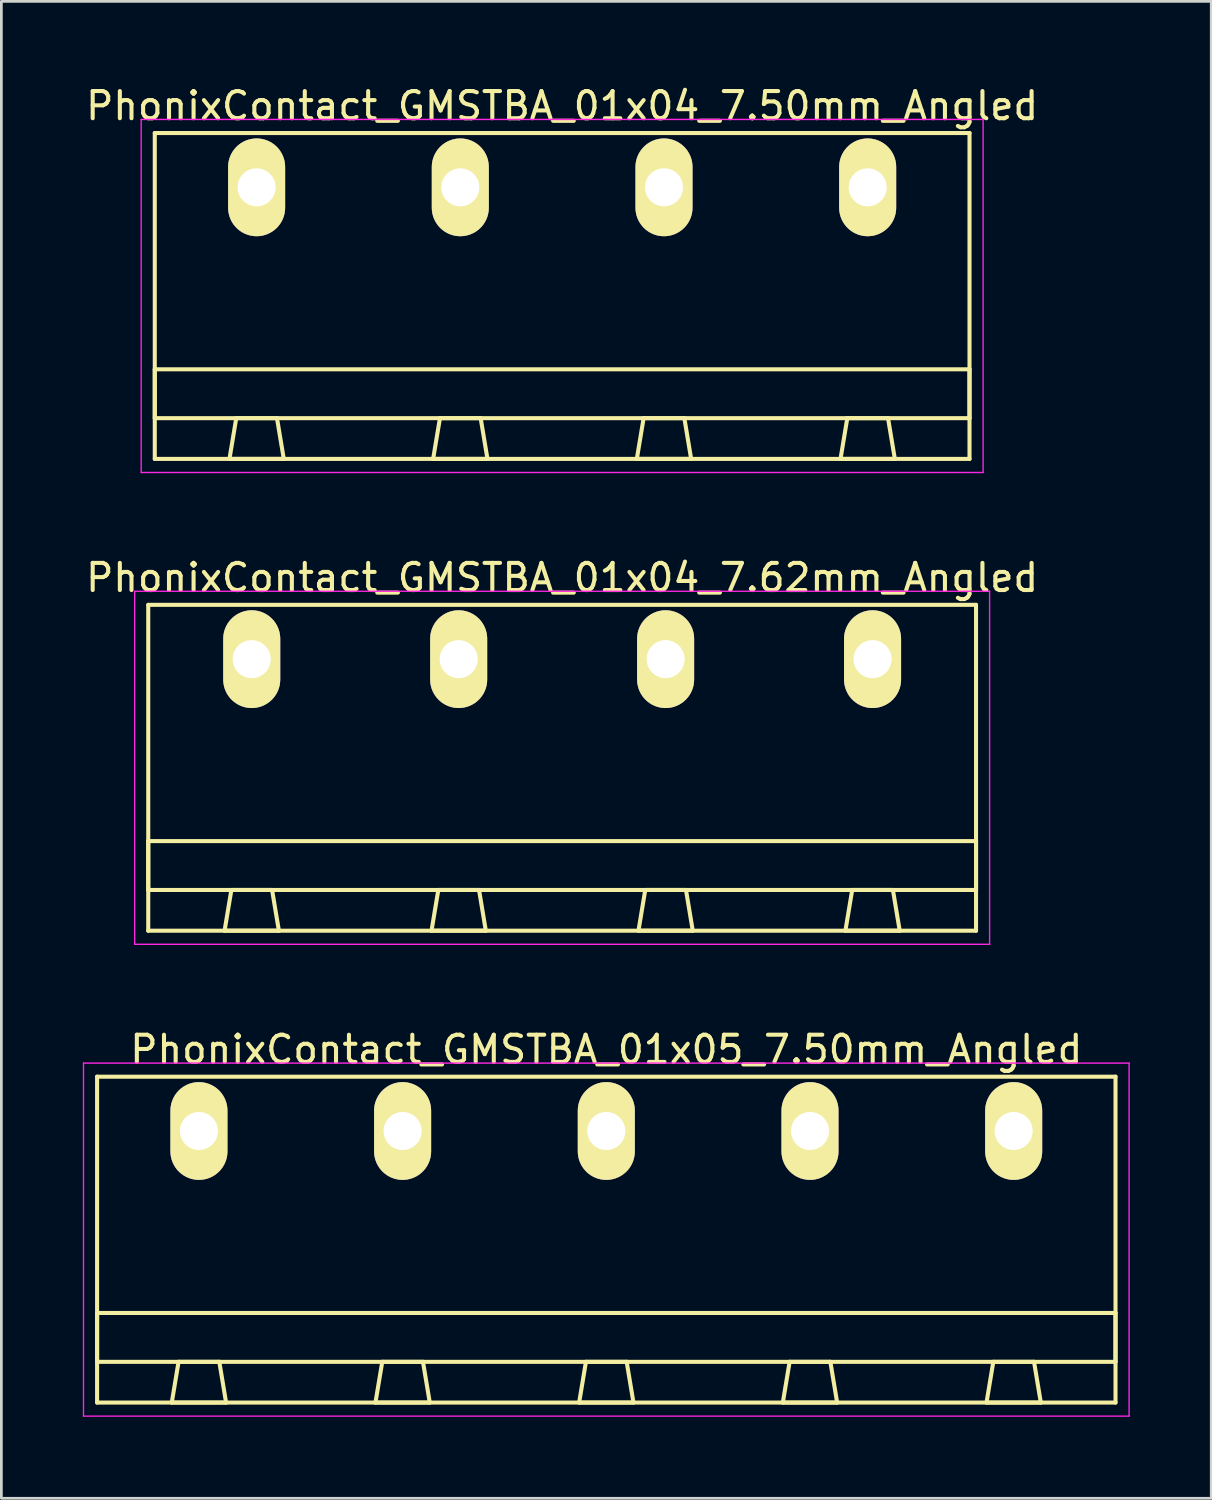
<source format=kicad_pcb>
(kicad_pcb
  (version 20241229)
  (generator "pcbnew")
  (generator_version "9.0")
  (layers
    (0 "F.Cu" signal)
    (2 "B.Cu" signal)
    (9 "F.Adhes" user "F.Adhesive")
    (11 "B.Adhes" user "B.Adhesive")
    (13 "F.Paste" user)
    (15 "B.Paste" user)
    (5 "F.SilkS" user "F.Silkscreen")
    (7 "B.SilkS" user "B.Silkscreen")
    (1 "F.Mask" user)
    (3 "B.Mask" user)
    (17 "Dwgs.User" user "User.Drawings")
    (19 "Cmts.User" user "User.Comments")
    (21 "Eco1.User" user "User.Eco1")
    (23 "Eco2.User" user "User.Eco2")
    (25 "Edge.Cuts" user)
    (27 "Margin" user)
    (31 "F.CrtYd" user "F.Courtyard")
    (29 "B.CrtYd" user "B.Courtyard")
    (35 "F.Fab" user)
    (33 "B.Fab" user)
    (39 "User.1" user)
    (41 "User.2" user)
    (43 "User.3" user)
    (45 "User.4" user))
  (footprint "PhonixContact_GMSTBA_01x05_7.50mm_Angled"
    (layer "F.Cu")
    (at 4.275 38.595)
    (property "Reference" "PhonixContact_GMSTBA_01x05_7.50mm_Angled" (at 15 -3 0) (layer "F.SilkS") (effects (font (size 1 1) (thickness 0.15))))
    (attr through_hole)
    (fp_line (start -3.75 -2) (end -3.75 10) (stroke (width 0.15) (type solid)) (layer "F.SilkS"))
    (fp_line (start -3.75 6.7) (end 33.75 6.7) (stroke (width 0.15) (type solid)) (layer "F.SilkS"))
    (fp_line (start -3.75 8.5) (end -3.75 6.7) (stroke (width 0.15) (type solid)) (layer "F.SilkS"))
    (fp_line (start -3.75 10) (end 33.75 10) (stroke (width 0.15) (type solid)) (layer "F.SilkS"))
    (fp_line (start -1 10) (end 1 10) (stroke (width 0.15) (type solid)) (layer "F.SilkS"))
    (fp_line (start -0.75 8.5) (end -1 10) (stroke (width 0.15) (type solid)) (layer "F.SilkS"))
    (fp_line (start 0.75 8.5) (end -0.75 8.5) (stroke (width 0.15) (type solid)) (layer "F.SilkS"))
    (fp_line (start 1 10) (end 0.75 8.5) (stroke (width 0.15) (type solid)) (layer "F.SilkS"))
    (fp_line (start 6.5 10) (end 8.5 10) (stroke (width 0.15) (type solid)) (layer "F.SilkS"))
    (fp_line (start 6.75 8.5) (end 6.5 10) (stroke (width 0.15) (type solid)) (layer "F.SilkS"))
    (fp_line (start 8.25 8.5) (end 6.75 8.5) (stroke (width 0.15) (type solid)) (layer "F.SilkS"))
    (fp_line (start 8.5 10) (end 8.25 8.5) (stroke (width 0.15) (type solid)) (layer "F.SilkS"))
    (fp_line (start 14 10) (end 16 10) (stroke (width 0.15) (type solid)) (layer "F.SilkS"))
    (fp_line (start 14.25 8.5) (end 14 10) (stroke (width 0.15) (type solid)) (layer "F.SilkS"))
    (fp_line (start 15.75 8.5) (end 14.25 8.5) (stroke (width 0.15) (type solid)) (layer "F.SilkS"))
    (fp_line (start 16 10) (end 15.75 8.5) (stroke (width 0.15) (type solid)) (layer "F.SilkS"))
    (fp_line (start 21.5 10) (end 23.5 10) (stroke (width 0.15) (type solid)) (layer "F.SilkS"))
    (fp_line (start 21.75 8.5) (end 21.5 10) (stroke (width 0.15) (type solid)) (layer "F.SilkS"))
    (fp_line (start 23.25 8.5) (end 21.75 8.5) (stroke (width 0.15) (type solid)) (layer "F.SilkS"))
    (fp_line (start 23.5 10) (end 23.25 8.5) (stroke (width 0.15) (type solid)) (layer "F.SilkS"))
    (fp_line (start 29 10) (end 31 10) (stroke (width 0.15) (type solid)) (layer "F.SilkS"))
    (fp_line (start 29.25 8.5) (end 29 10) (stroke (width 0.15) (type solid)) (layer "F.SilkS"))
    (fp_line (start 30.75 8.5) (end 29.25 8.5) (stroke (width 0.15) (type solid)) (layer "F.SilkS"))
    (fp_line (start 31 10) (end 30.75 8.5) (stroke (width 0.15) (type solid)) (layer "F.SilkS"))
    (fp_line (start 33.75 -2) (end -3.75 -2) (stroke (width 0.15) (type solid)) (layer "F.SilkS"))
    (fp_line (start 33.75 6.7) (end 33.75 8.5) (stroke (width 0.15) (type solid)) (layer "F.SilkS"))
    (fp_line (start 33.75 8.5) (end -3.75 8.5) (stroke (width 0.15) (type solid)) (layer "F.SilkS"))
    (fp_line (start 33.75 10) (end 33.75 -2) (stroke (width 0.15) (type solid)) (layer "F.SilkS"))
    (fp_line (start -4.25 -2.5) (end -4.25 10.5) (stroke (width 0.05) (type solid)) (layer "F.CrtYd"))
    (fp_line (start -4.25 10.5) (end 34.25 10.5) (stroke (width 0.05) (type solid)) (layer "F.CrtYd"))
    (fp_line (start 34.25 -2.5) (end -4.25 -2.5) (stroke (width 0.05) (type solid)) (layer "F.CrtYd"))
    (fp_line (start 34.25 10.5) (end 34.25 -2.5) (stroke (width 0.05) (type solid)) (layer "F.CrtYd"))
    (pad "1" thru_hole oval (at 0 0) (size 2.1 3.6) (drill 1.4) (layers "*.Cu" "*.Mask" "F.SilkS"))
    (pad "2" thru_hole oval (at 7.5 0) (size 2.1 3.6) (drill 1.4) (layers "*.Cu" "*.Mask" "F.SilkS"))
    (pad "3" thru_hole oval (at 15 0) (size 2.1 3.6) (drill 1.4) (layers "*.Cu" "*.Mask" "F.SilkS"))
    (pad "4" thru_hole oval (at 22.5 0) (size 2.1 3.6) (drill 1.4) (layers "*.Cu" "*.Mask" "F.SilkS"))
    (pad "5" thru_hole oval (at 30 0) (size 2.1 3.6) (drill 1.4) (layers "*.Cu" "*.Mask" "F.SilkS")))
  (footprint "PhonixContact_GMSTBA_01x04_7.62mm_Angled"
    (layer "F.Cu")
    (at 6.219 21.221)
    (property "Reference" "PhonixContact_GMSTBA_01x04_7.62mm_Angled" (at 11.43 -3 0) (layer "F.SilkS") (effects (font (size 1 1) (thickness 0.15))))
    (attr through_hole)
    (fp_line (start -3.81 -2) (end -3.81 10) (stroke (width 0.15) (type solid)) (layer "F.SilkS"))
    (fp_line (start -3.81 6.7) (end 26.67 6.7) (stroke (width 0.15) (type solid)) (layer "F.SilkS"))
    (fp_line (start -3.81 8.5) (end -3.81 6.7) (stroke (width 0.15) (type solid)) (layer "F.SilkS"))
    (fp_line (start -3.81 10) (end 26.67 10) (stroke (width 0.15) (type solid)) (layer "F.SilkS"))
    (fp_line (start -1 10) (end 1 10) (stroke (width 0.15) (type solid)) (layer "F.SilkS"))
    (fp_line (start -0.75 8.5) (end -1 10) (stroke (width 0.15) (type solid)) (layer "F.SilkS"))
    (fp_line (start 0.75 8.5) (end -0.75 8.5) (stroke (width 0.15) (type solid)) (layer "F.SilkS"))
    (fp_line (start 1 10) (end 0.75 8.5) (stroke (width 0.15) (type solid)) (layer "F.SilkS"))
    (fp_line (start 6.62 10) (end 8.62 10) (stroke (width 0.15) (type solid)) (layer "F.SilkS"))
    (fp_line (start 6.87 8.5) (end 6.62 10) (stroke (width 0.15) (type solid)) (layer "F.SilkS"))
    (fp_line (start 8.37 8.5) (end 6.87 8.5) (stroke (width 0.15) (type solid)) (layer "F.SilkS"))
    (fp_line (start 8.62 10) (end 8.37 8.5) (stroke (width 0.15) (type solid)) (layer "F.SilkS"))
    (fp_line (start 14.24 10) (end 16.24 10) (stroke (width 0.15) (type solid)) (layer "F.SilkS"))
    (fp_line (start 14.49 8.5) (end 14.24 10) (stroke (width 0.15) (type solid)) (layer "F.SilkS"))
    (fp_line (start 15.99 8.5) (end 14.49 8.5) (stroke (width 0.15) (type solid)) (layer "F.SilkS"))
    (fp_line (start 16.24 10) (end 15.99 8.5) (stroke (width 0.15) (type solid)) (layer "F.SilkS"))
    (fp_line (start 21.86 10) (end 23.86 10) (stroke (width 0.15) (type solid)) (layer "F.SilkS"))
    (fp_line (start 22.11 8.5) (end 21.86 10) (stroke (width 0.15) (type solid)) (layer "F.SilkS"))
    (fp_line (start 23.61 8.5) (end 22.11 8.5) (stroke (width 0.15) (type solid)) (layer "F.SilkS"))
    (fp_line (start 23.86 10) (end 23.61 8.5) (stroke (width 0.15) (type solid)) (layer "F.SilkS"))
    (fp_line (start 26.67 -2) (end -3.81 -2) (stroke (width 0.15) (type solid)) (layer "F.SilkS"))
    (fp_line (start 26.67 6.7) (end 26.67 8.5) (stroke (width 0.15) (type solid)) (layer "F.SilkS"))
    (fp_line (start 26.67 8.5) (end -3.81 8.5) (stroke (width 0.15) (type solid)) (layer "F.SilkS"))
    (fp_line (start 26.67 10) (end 26.67 -2) (stroke (width 0.15) (type solid)) (layer "F.SilkS"))
    (fp_line (start -4.31 -2.5) (end -4.31 10.5) (stroke (width 0.05) (type solid)) (layer "F.CrtYd"))
    (fp_line (start -4.31 10.5) (end 27.17 10.5) (stroke (width 0.05) (type solid)) (layer "F.CrtYd"))
    (fp_line (start 27.17 -2.5) (end -4.31 -2.5) (stroke (width 0.05) (type solid)) (layer "F.CrtYd"))
    (fp_line (start 27.17 10.5) (end 27.17 -2.5) (stroke (width 0.05) (type solid)) (layer "F.CrtYd"))
    (pad "1" thru_hole oval (at 0 0) (size 2.1 3.6) (drill 1.4) (layers "*.Cu" "*.Mask" "F.SilkS"))
    (pad "2" thru_hole oval (at 7.62 0) (size 2.1 3.6) (drill 1.4) (layers "*.Cu" "*.Mask" "F.SilkS"))
    (pad "3" thru_hole oval (at 15.24 0) (size 2.1 3.6) (drill 1.4) (layers "*.Cu" "*.Mask" "F.SilkS"))
    (pad "4" thru_hole oval (at 22.86 0) (size 2.1 3.6) (drill 1.4) (layers "*.Cu" "*.Mask" "F.SilkS")))
  (footprint "PhonixContact_GMSTBA_01x04_7.50mm_Angled"
    (layer "F.Cu")
    (at 6.399 3.848)
    (property "Reference" "PhonixContact_GMSTBA_01x04_7.50mm_Angled" (at 11.25 -3 0) (layer "F.SilkS") (effects (font (size 1 1) (thickness 0.15))))
    (attr through_hole)
    (fp_line (start -3.75 -2) (end -3.75 10) (stroke (width 0.15) (type solid)) (layer "F.SilkS"))
    (fp_line (start -3.75 6.7) (end 26.25 6.7) (stroke (width 0.15) (type solid)) (layer "F.SilkS"))
    (fp_line (start -3.75 8.5) (end -3.75 6.7) (stroke (width 0.15) (type solid)) (layer "F.SilkS"))
    (fp_line (start -3.75 10) (end 26.25 10) (stroke (width 0.15) (type solid)) (layer "F.SilkS"))
    (fp_line (start -1 10) (end 1 10) (stroke (width 0.15) (type solid)) (layer "F.SilkS"))
    (fp_line (start -0.75 8.5) (end -1 10) (stroke (width 0.15) (type solid)) (layer "F.SilkS"))
    (fp_line (start 0.75 8.5) (end -0.75 8.5) (stroke (width 0.15) (type solid)) (layer "F.SilkS"))
    (fp_line (start 1 10) (end 0.75 8.5) (stroke (width 0.15) (type solid)) (layer "F.SilkS"))
    (fp_line (start 6.5 10) (end 8.5 10) (stroke (width 0.15) (type solid)) (layer "F.SilkS"))
    (fp_line (start 6.75 8.5) (end 6.5 10) (stroke (width 0.15) (type solid)) (layer "F.SilkS"))
    (fp_line (start 8.25 8.5) (end 6.75 8.5) (stroke (width 0.15) (type solid)) (layer "F.SilkS"))
    (fp_line (start 8.5 10) (end 8.25 8.5) (stroke (width 0.15) (type solid)) (layer "F.SilkS"))
    (fp_line (start 14 10) (end 16 10) (stroke (width 0.15) (type solid)) (layer "F.SilkS"))
    (fp_line (start 14.25 8.5) (end 14 10) (stroke (width 0.15) (type solid)) (layer "F.SilkS"))
    (fp_line (start 15.75 8.5) (end 14.25 8.5) (stroke (width 0.15) (type solid)) (layer "F.SilkS"))
    (fp_line (start 16 10) (end 15.75 8.5) (stroke (width 0.15) (type solid)) (layer "F.SilkS"))
    (fp_line (start 21.5 10) (end 23.5 10) (stroke (width 0.15) (type solid)) (layer "F.SilkS"))
    (fp_line (start 21.75 8.5) (end 21.5 10) (stroke (width 0.15) (type solid)) (layer "F.SilkS"))
    (fp_line (start 23.25 8.5) (end 21.75 8.5) (stroke (width 0.15) (type solid)) (layer "F.SilkS"))
    (fp_line (start 23.5 10) (end 23.25 8.5) (stroke (width 0.15) (type solid)) (layer "F.SilkS"))
    (fp_line (start 26.25 -2) (end -3.75 -2) (stroke (width 0.15) (type solid)) (layer "F.SilkS"))
    (fp_line (start 26.25 6.7) (end 26.25 8.5) (stroke (width 0.15) (type solid)) (layer "F.SilkS"))
    (fp_line (start 26.25 8.5) (end -3.75 8.5) (stroke (width 0.15) (type solid)) (layer "F.SilkS"))
    (fp_line (start 26.25 10) (end 26.25 -2) (stroke (width 0.15) (type solid)) (layer "F.SilkS"))
    (fp_line (start -4.25 -2.5) (end -4.25 10.5) (stroke (width 0.05) (type solid)) (layer "F.CrtYd"))
    (fp_line (start -4.25 10.5) (end 26.75 10.5) (stroke (width 0.05) (type solid)) (layer "F.CrtYd"))
    (fp_line (start 26.75 -2.5) (end -4.25 -2.5) (stroke (width 0.05) (type solid)) (layer "F.CrtYd"))
    (fp_line (start 26.75 10.5) (end 26.75 -2.5) (stroke (width 0.05) (type solid)) (layer "F.CrtYd"))
    (pad "1" thru_hole oval (at 0 0) (size 2.1 3.6) (drill 1.4) (layers "*.Cu" "*.Mask" "F.SilkS"))
    (pad "2" thru_hole oval (at 7.5 0) (size 2.1 3.6) (drill 1.4) (layers "*.Cu" "*.Mask" "F.SilkS"))
    (pad "3" thru_hole oval (at 15 0) (size 2.1 3.6) (drill 1.4) (layers "*.Cu" "*.Mask" "F.SilkS"))
    (pad "4" thru_hole oval (at 22.5 0) (size 2.1 3.6) (drill 1.4) (layers "*.Cu" "*.Mask" "F.SilkS")))
  (gr_rect
    (start -3 -3)
    (end 41.55 52.12)
    (stroke (width 0.1) (type default))
    (fill no)
    (layer "Edge.Cuts")))
</source>
